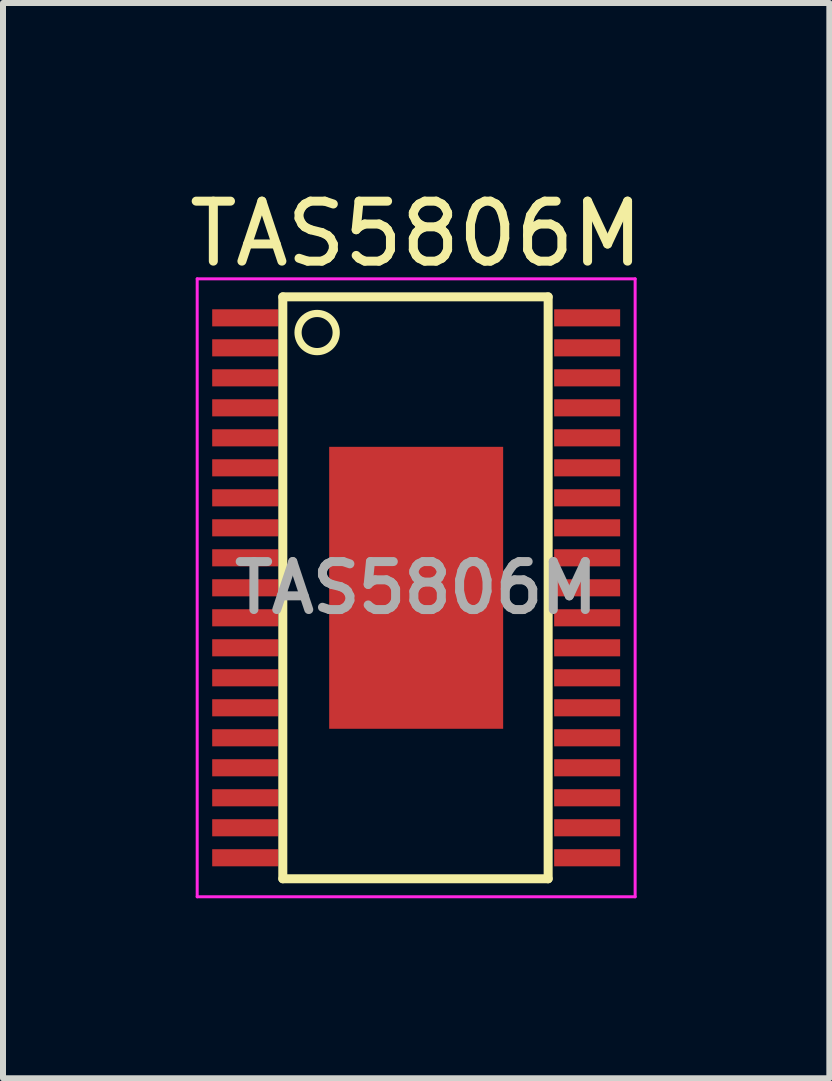
<source format=kicad_pcb>
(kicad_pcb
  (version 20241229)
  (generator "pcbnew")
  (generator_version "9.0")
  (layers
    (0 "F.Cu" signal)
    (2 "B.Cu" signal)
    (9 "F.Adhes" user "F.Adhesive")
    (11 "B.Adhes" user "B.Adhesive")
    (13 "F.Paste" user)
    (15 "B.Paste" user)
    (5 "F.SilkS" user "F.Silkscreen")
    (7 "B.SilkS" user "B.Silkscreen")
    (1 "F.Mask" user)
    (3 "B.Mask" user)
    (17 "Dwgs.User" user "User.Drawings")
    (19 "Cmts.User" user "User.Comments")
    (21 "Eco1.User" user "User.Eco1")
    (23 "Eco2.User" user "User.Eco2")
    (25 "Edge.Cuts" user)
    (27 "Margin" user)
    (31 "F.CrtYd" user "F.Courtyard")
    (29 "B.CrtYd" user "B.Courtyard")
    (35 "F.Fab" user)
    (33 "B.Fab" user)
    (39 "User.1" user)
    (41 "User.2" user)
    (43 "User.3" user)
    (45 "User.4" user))
  (footprint "TAS5806M"
    (layer "F.Cu")
    (at 3.887 6.748)
    (property "Reference" "TAS5806M" (at 0 -5.9 0) (layer "F.SilkS") (effects (font (size 1 1) (thickness 0.15))))
    (attr smd)
    (fp_line (start -2.223 -4.85) (end 2.2 -4.85) (stroke (width 0.15) (type solid)) (layer "F.SilkS"))
    (fp_line (start -2.223 4.85) (end -2.223 -4.85) (stroke (width 0.15) (type solid)) (layer "F.SilkS"))
    (fp_line (start 2.2 -4.85) (end 2.2 4.85) (stroke (width 0.15) (type solid)) (layer "F.SilkS"))
    (fp_line (start 2.2 4.85) (end -2.223 4.85) (stroke (width 0.15) (type solid)) (layer "F.SilkS"))
    (fp_circle (center -1.651 -4.255) (end -1.333 -4.255) (stroke (width 0.12) (type solid)) (fill no) (layer "F.SilkS"))
    (fp_line (start -3.65 -5.15) (end -3.65 5.15) (stroke (width 0.05) (type solid)) (layer "F.CrtYd"))
    (fp_line (start -3.65 -5.15) (end 3.65 -5.15) (stroke (width 0.05) (type solid)) (layer "F.CrtYd"))
    (fp_line (start -3.65 5.15) (end 3.65 5.15) (stroke (width 0.05) (type solid)) (layer "F.CrtYd"))
    (fp_line (start 3.65 -5.15) (end 3.65 5.15) (stroke (width 0.05) (type solid)) (layer "F.CrtYd"))
    (fp_text user "${REFERENCE}" (at 0 0 0) (layer "F.Fab") (effects (font (size 0.8 0.8) (thickness 0.15))))
    (pad "1" smd rect (at -2.85 -4.5) (size 1.1 0.285) (layers "F.Cu" "F.Mask" "F.Paste"))
    (pad "2" smd rect (at -2.85 -4) (size 1.1 0.285) (layers "F.Cu" "F.Mask" "F.Paste"))
    (pad "3" smd rect (at -2.85 -3.5) (size 1.1 0.285) (layers "F.Cu" "F.Mask" "F.Paste"))
    (pad "4" smd rect (at -2.85 -3) (size 1.1 0.285) (layers "F.Cu" "F.Mask" "F.Paste"))
    (pad "5" smd rect (at -2.85 -2.5) (size 1.1 0.285) (layers "F.Cu" "F.Mask" "F.Paste"))
    (pad "6" smd rect (at -2.85 -2) (size 1.1 0.285) (layers "F.Cu" "F.Mask" "F.Paste"))
    (pad "7" smd rect (at -2.85 -1.5) (size 1.1 0.285) (layers "F.Cu" "F.Mask" "F.Paste"))
    (pad "8" smd rect (at -2.85 -1) (size 1.1 0.285) (layers "F.Cu" "F.Mask" "F.Paste"))
    (pad "9" smd rect (at -2.85 -0.5) (size 1.1 0.285) (layers "F.Cu" "F.Mask" "F.Paste"))
    (pad "10" smd rect (at -2.85 0) (size 1.1 0.285) (layers "F.Cu" "F.Mask" "F.Paste"))
    (pad "11" smd rect (at -2.85 0.5) (size 1.1 0.285) (layers "F.Cu" "F.Mask" "F.Paste"))
    (pad "12" smd rect (at -2.85 1) (size 1.1 0.285) (layers "F.Cu" "F.Mask" "F.Paste"))
    (pad "13" smd rect (at -2.85 1.5) (size 1.1 0.285) (layers "F.Cu" "F.Mask" "F.Paste"))
    (pad "14" smd rect (at -2.85 2) (size 1.1 0.285) (layers "F.Cu" "F.Mask" "F.Paste"))
    (pad "15" smd rect (at -2.85 2.5) (size 1.1 0.285) (layers "F.Cu" "F.Mask" "F.Paste"))
    (pad "16" smd rect (at -2.85 3) (size 1.1 0.285) (layers "F.Cu" "F.Mask" "F.Paste"))
    (pad "17" smd rect (at -2.85 3.5) (size 1.1 0.285) (layers "F.Cu" "F.Mask" "F.Paste"))
    (pad "18" smd rect (at -2.85 4) (size 1.1 0.285) (layers "F.Cu" "F.Mask" "F.Paste"))
    (pad "19" smd rect (at -2.85 4.5) (size 1.1 0.285) (layers "F.Cu" "F.Mask" "F.Paste"))
    (pad "20" smd rect (at 2.85 4.5) (size 1.1 0.285) (layers "F.Cu" "F.Mask" "F.Paste"))
    (pad "21" smd rect (at 2.85 4) (size 1.1 0.285) (layers "F.Cu" "F.Mask" "F.Paste"))
    (pad "22" smd rect (at 2.85 3.5) (size 1.1 0.285) (layers "F.Cu" "F.Mask" "F.Paste"))
    (pad "23" smd rect (at 2.85 3) (size 1.1 0.285) (layers "F.Cu" "F.Mask" "F.Paste"))
    (pad "24" smd rect (at 2.85 2.5) (size 1.1 0.285) (layers "F.Cu" "F.Mask" "F.Paste"))
    (pad "25" smd rect (at 2.85 2) (size 1.1 0.285) (layers "F.Cu" "F.Mask" "F.Paste"))
    (pad "26" smd rect (at 2.85 1.5) (size 1.1 0.285) (layers "F.Cu" "F.Mask" "F.Paste"))
    (pad "27" smd rect (at 2.85 1) (size 1.1 0.285) (layers "F.Cu" "F.Mask" "F.Paste"))
    (pad "28" smd rect (at 2.85 0.5) (size 1.1 0.285) (layers "F.Cu" "F.Mask" "F.Paste"))
    (pad "29" smd rect (at 2.85 0) (size 1.1 0.285) (layers "F.Cu" "F.Mask" "F.Paste"))
    (pad "30" smd rect (at 2.85 -0.5) (size 1.1 0.285) (layers "F.Cu" "F.Mask" "F.Paste"))
    (pad "31" smd rect (at 2.85 -1) (size 1.1 0.285) (layers "F.Cu" "F.Mask" "F.Paste"))
    (pad "32" smd rect (at 2.85 -1.5) (size 1.1 0.285) (layers "F.Cu" "F.Mask" "F.Paste"))
    (pad "33" smd rect (at 2.85 -2) (size 1.1 0.285) (layers "F.Cu" "F.Mask" "F.Paste"))
    (pad "34" smd rect (at 2.85 -2.5) (size 1.1 0.285) (layers "F.Cu" "F.Mask" "F.Paste"))
    (pad "35" smd rect (at 2.85 -3) (size 1.1 0.285) (layers "F.Cu" "F.Mask" "F.Paste"))
    (pad "36" smd rect (at 2.85 -3.5) (size 1.1 0.285) (layers "F.Cu" "F.Mask" "F.Paste"))
    (pad "37" smd rect (at 2.85 -4) (size 1.1 0.285) (layers "F.Cu" "F.Mask" "F.Paste"))
    (pad "38" smd rect (at 2.85 -4.5) (size 1.1 0.285) (layers "F.Cu" "F.Mask" "F.Paste"))
    (pad "39" smd rect (at 0 0) (size 2.9 4.7) (layers "F.Cu" "F.Mask" "F.Paste")))
  (gr_rect
    (start -3 -3)
    (end 10.774 14.923)
    (stroke (width 0.1) (type default))
    (fill no)
    (layer "Edge.Cuts")))
</source>
